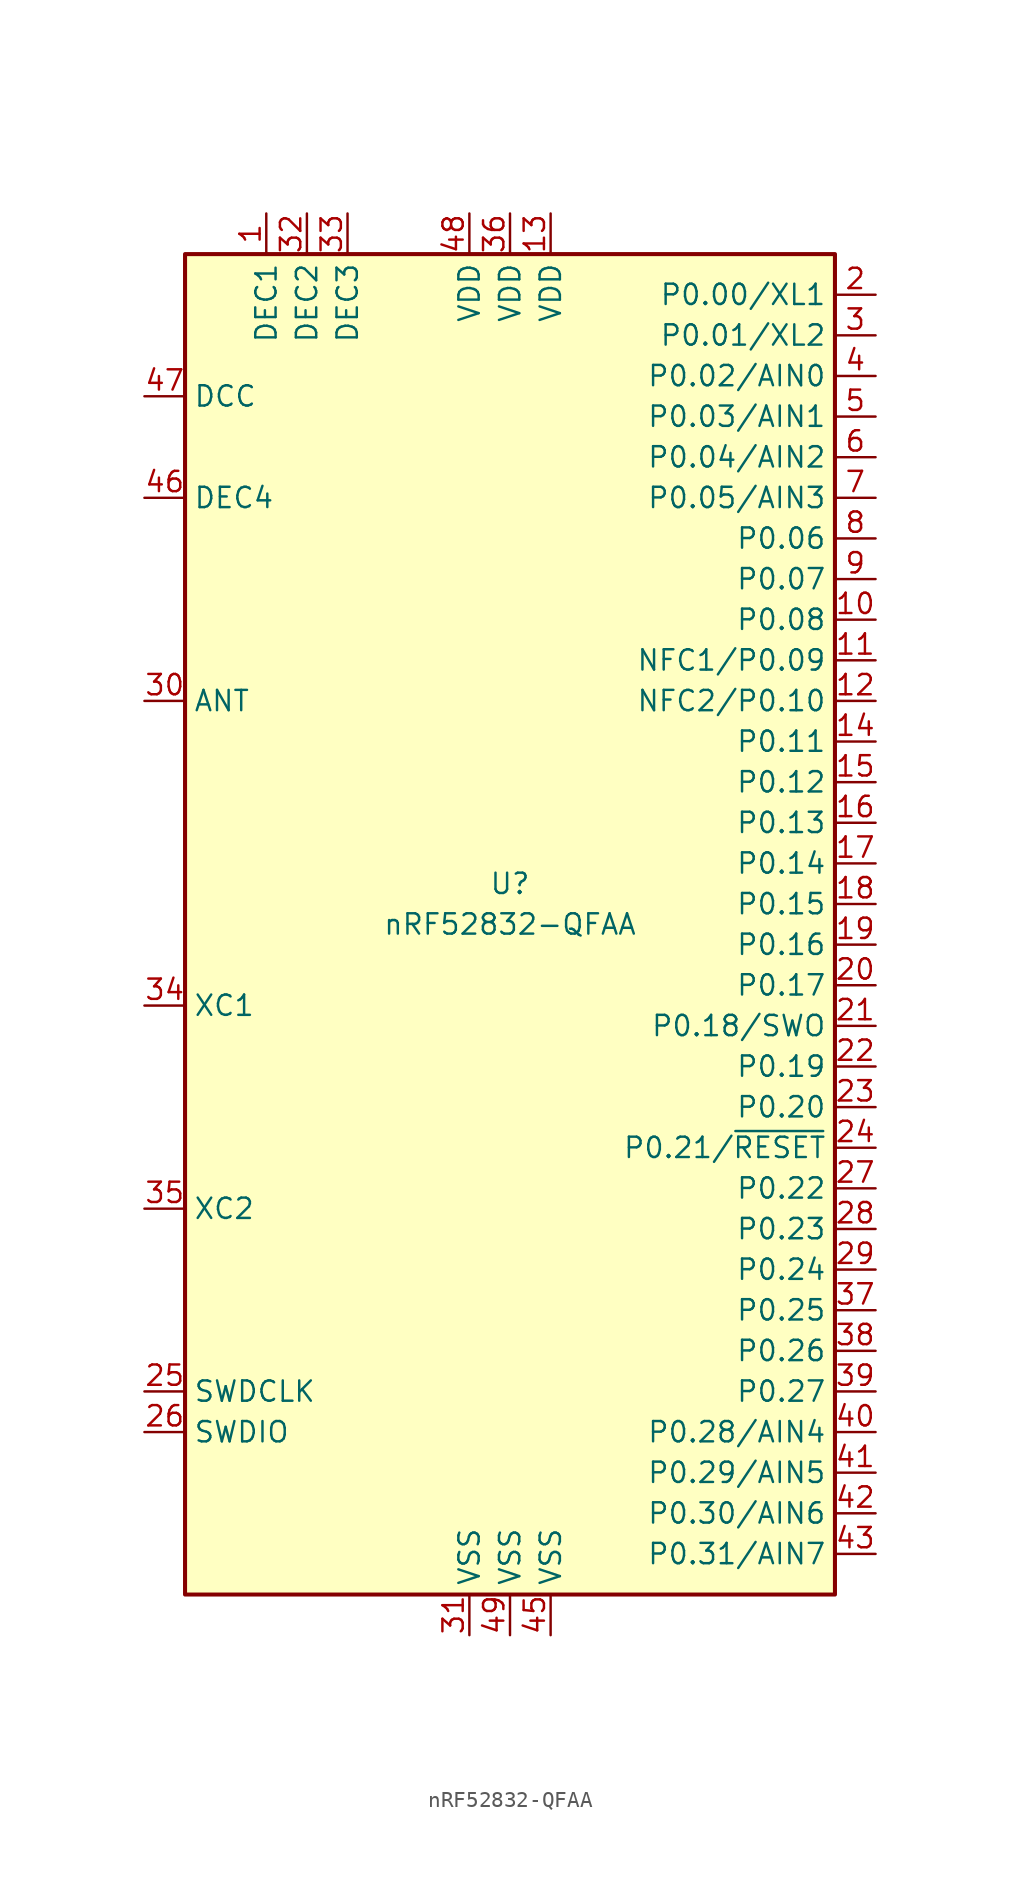
<source format=kicad_sym>
(kicad_symbol_lib
  (version 20231120)
  (generator "kicad_symbol_editor")
  (generator_version "8.0")
  (symbol "nRF52832-QFAA"
    (property "Reference" "U"
      (at 0 2.54 0)
      (effects (font (size 1.27 1.27))))
    (property "Value" "nRF52832-QFAA"
      (at 0 0 0)
      (effects (font (size 1.27 1.27))))
    (symbol "nRF52832-QFAA_0_1"
      (rectangle (start -20.32 41.91) (end 20.32 -41.91) (stroke (width 0.254) (type default)) (fill (type background))))
    (symbol "nRF52832-QFAA_1_1"
      (pin passive line (at -15.24 44.45 270) (length 2.54) (name "DEC1" (effects (font (size 1.27 1.27)))) (number "1" (effects (font (size 1.27 1.27)))))
      (pin bidirectional line (at 22.86 19.05 180) (length 2.54) (name "P0.08" (effects (font (size 1.27 1.27)))) (number "10" (effects (font (size 1.27 1.27)))))
      (pin bidirectional line (at 22.86 16.51 180) (length 2.54) (name "NFC1/P0.09" (effects (font (size 1.27 1.27)))) (number "11" (effects (font (size 1.27 1.27)))))
      (pin bidirectional line (at 22.86 13.97 180) (length 2.54) (name "NFC2/P0.10" (effects (font (size 1.27 1.27)))) (number "12" (effects (font (size 1.27 1.27)))))
      (pin power_in line (at 2.54 44.45 270) (length 2.54) (name "VDD" (effects (font (size 1.27 1.27)))) (number "13" (effects (font (size 1.27 1.27)))))
      (pin bidirectional line (at 22.86 11.43 180) (length 2.54) (name "P0.11" (effects (font (size 1.27 1.27)))) (number "14" (effects (font (size 1.27 1.27)))))
      (pin bidirectional line (at 22.86 8.89 180) (length 2.54) (name "P0.12" (effects (font (size 1.27 1.27)))) (number "15" (effects (font (size 1.27 1.27)))))
      (pin bidirectional line (at 22.86 6.35 180) (length 2.54) (name "P0.13" (effects (font (size 1.27 1.27)))) (number "16" (effects (font (size 1.27 1.27)))))
      (pin bidirectional line (at 22.86 3.81 180) (length 2.54) (name "P0.14" (effects (font (size 1.27 1.27)))) (number "17" (effects (font (size 1.27 1.27)))))
      (pin bidirectional line (at 22.86 1.27 180) (length 2.54) (name "P0.15" (effects (font (size 1.27 1.27)))) (number "18" (effects (font (size 1.27 1.27)))))
      (pin bidirectional line (at 22.86 -1.27 180) (length 2.54) (name "P0.16" (effects (font (size 1.27 1.27)))) (number "19" (effects (font (size 1.27 1.27)))))
      (pin bidirectional line (at 22.86 39.37 180) (length 2.54) (name "P0.00/XL1" (effects (font (size 1.27 1.27)))) (number "2" (effects (font (size 1.27 1.27)))))
      (pin bidirectional line (at 22.86 -3.81 180) (length 2.54) (name "P0.17" (effects (font (size 1.27 1.27)))) (number "20" (effects (font (size 1.27 1.27)))))
      (pin bidirectional line (at 22.86 -6.35 180) (length 2.54) (name "P0.18/SWO" (effects (font (size 1.27 1.27)))) (number "21" (effects (font (size 1.27 1.27)))))
      (pin bidirectional line (at 22.86 -8.89 180) (length 2.54) (name "P0.19" (effects (font (size 1.27 1.27)))) (number "22" (effects (font (size 1.27 1.27)))))
      (pin bidirectional line (at 22.86 -11.43 180) (length 2.54) (name "P0.20" (effects (font (size 1.27 1.27)))) (number "23" (effects (font (size 1.27 1.27)))))
      (pin bidirectional line (at 22.86 -13.97 180) (length 2.54) (name "P0.21/~{RESET}" (effects (font (size 1.27 1.27)))) (number "24" (effects (font (size 1.27 1.27)))))
      (pin input line (at -22.86 -29.21 0) (length 2.54) (name "SWDCLK" (effects (font (size 1.27 1.27)))) (number "25" (effects (font (size 1.27 1.27)))))
      (pin bidirectional line (at -22.86 -31.75 0) (length 2.54) (name "SWDIO" (effects (font (size 1.27 1.27)))) (number "26" (effects (font (size 1.27 1.27)))))
      (pin bidirectional line (at 22.86 -16.51 180) (length 2.54) (name "P0.22" (effects (font (size 1.27 1.27)))) (number "27" (effects (font (size 1.27 1.27)))))
      (pin bidirectional line (at 22.86 -19.05 180) (length 2.54) (name "P0.23" (effects (font (size 1.27 1.27)))) (number "28" (effects (font (size 1.27 1.27)))))
      (pin bidirectional line (at 22.86 -21.59 180) (length 2.54) (name "P0.24" (effects (font (size 1.27 1.27)))) (number "29" (effects (font (size 1.27 1.27)))))
      (pin bidirectional line (at 22.86 36.83 180) (length 2.54) (name "P0.01/XL2" (effects (font (size 1.27 1.27)))) (number "3" (effects (font (size 1.27 1.27)))))
      (pin passive line (at -22.86 13.97 0) (length 2.54) (name "ANT" (effects (font (size 1.27 1.27)))) (number "30" (effects (font (size 1.27 1.27)))))
      (pin power_in line (at -2.54 -44.45 90) (length 2.54) (name "VSS" (effects (font (size 1.27 1.27)))) (number "31" (effects (font (size 1.27 1.27)))))
      (pin passive line (at -12.7 44.45 270) (length 2.54) (name "DEC2" (effects (font (size 1.27 1.27)))) (number "32" (effects (font (size 1.27 1.27)))))
      (pin passive line (at -10.16 44.45 270) (length 2.54) (name "DEC3" (effects (font (size 1.27 1.27)))) (number "33" (effects (font (size 1.27 1.27)))))
      (pin input line (at -22.86 -5.08 0) (length 2.54) (name "XC1" (effects (font (size 1.27 1.27)))) (number "34" (effects (font (size 1.27 1.27)))))
      (pin input line (at -22.86 -17.78 0) (length 2.54) (name "XC2" (effects (font (size 1.27 1.27)))) (number "35" (effects (font (size 1.27 1.27)))))
      (pin power_in line (at 0 44.45 270) (length 2.54) (name "VDD" (effects (font (size 1.27 1.27)))) (number "36" (effects (font (size 1.27 1.27)))))
      (pin bidirectional line (at 22.86 -24.13 180) (length 2.54) (name "P0.25" (effects (font (size 1.27 1.27)))) (number "37" (effects (font (size 1.27 1.27)))))
      (pin bidirectional line (at 22.86 -26.67 180) (length 2.54) (name "P0.26" (effects (font (size 1.27 1.27)))) (number "38" (effects (font (size 1.27 1.27)))))
      (pin bidirectional line (at 22.86 -29.21 180) (length 2.54) (name "P0.27" (effects (font (size 1.27 1.27)))) (number "39" (effects (font (size 1.27 1.27)))))
      (pin bidirectional line (at 22.86 34.29 180) (length 2.54) (name "P0.02/AIN0" (effects (font (size 1.27 1.27)))) (number "4" (effects (font (size 1.27 1.27)))))
      (pin bidirectional line (at 22.86 -31.75 180) (length 2.54) (name "P0.28/AIN4" (effects (font (size 1.27 1.27)))) (number "40" (effects (font (size 1.27 1.27)))))
      (pin bidirectional line (at 22.86 -34.29 180) (length 2.54) (name "P0.29/AIN5" (effects (font (size 1.27 1.27)))) (number "41" (effects (font (size 1.27 1.27)))))
      (pin bidirectional line (at 22.86 -36.83 180) (length 2.54) (name "P0.30/AIN6" (effects (font (size 1.27 1.27)))) (number "42" (effects (font (size 1.27 1.27)))))
      (pin bidirectional line (at 22.86 -39.37 180) (length 2.54) (name "P0.31/AIN7" (effects (font (size 1.27 1.27)))) (number "43" (effects (font (size 1.27 1.27)))))
      (pin no_connect line (at -22.86 -36.83 0) (length 2.54) hide (name "NC" (effects (font (size 1.27 1.27)))) (number "44" (effects (font (size 1.27 1.27)))))
      (pin power_in line (at 2.54 -44.45 90) (length 2.54) (name "VSS" (effects (font (size 1.27 1.27)))) (number "45" (effects (font (size 1.27 1.27)))))
      (pin passive line (at -22.86 26.67 0) (length 2.54) (name "DEC4" (effects (font (size 1.27 1.27)))) (number "46" (effects (font (size 1.27 1.27)))))
      (pin power_out line (at -22.86 33.02 0) (length 2.54) (name "DCC" (effects (font (size 1.27 1.27)))) (number "47" (effects (font (size 1.27 1.27)))))
      (pin power_in line (at -2.54 44.45 270) (length 2.54) (name "VDD" (effects (font (size 1.27 1.27)))) (number "48" (effects (font (size 1.27 1.27)))))
      (pin power_in line (at 0 -44.45 90) (length 2.54) (name "VSS" (effects (font (size 1.27 1.27)))) (number "49" (effects (font (size 1.27 1.27)))))
      (pin bidirectional line (at 22.86 31.75 180) (length 2.54) (name "P0.03/AIN1" (effects (font (size 1.27 1.27)))) (number "5" (effects (font (size 1.27 1.27)))))
      (pin bidirectional line (at 22.86 29.21 180) (length 2.54) (name "P0.04/AIN2" (effects (font (size 1.27 1.27)))) (number "6" (effects (font (size 1.27 1.27)))))
      (pin bidirectional line (at 22.86 26.67 180) (length 2.54) (name "P0.05/AIN3" (effects (font (size 1.27 1.27)))) (number "7" (effects (font (size 1.27 1.27)))))
      (pin bidirectional line (at 22.86 24.13 180) (length 2.54) (name "P0.06" (effects (font (size 1.27 1.27)))) (number "8" (effects (font (size 1.27 1.27)))))
      (pin bidirectional line (at 22.86 21.59 180) (length 2.54) (name "P0.07" (effects (font (size 1.27 1.27)))) (number "9" (effects (font (size 1.27 1.27))))))))
</source>
